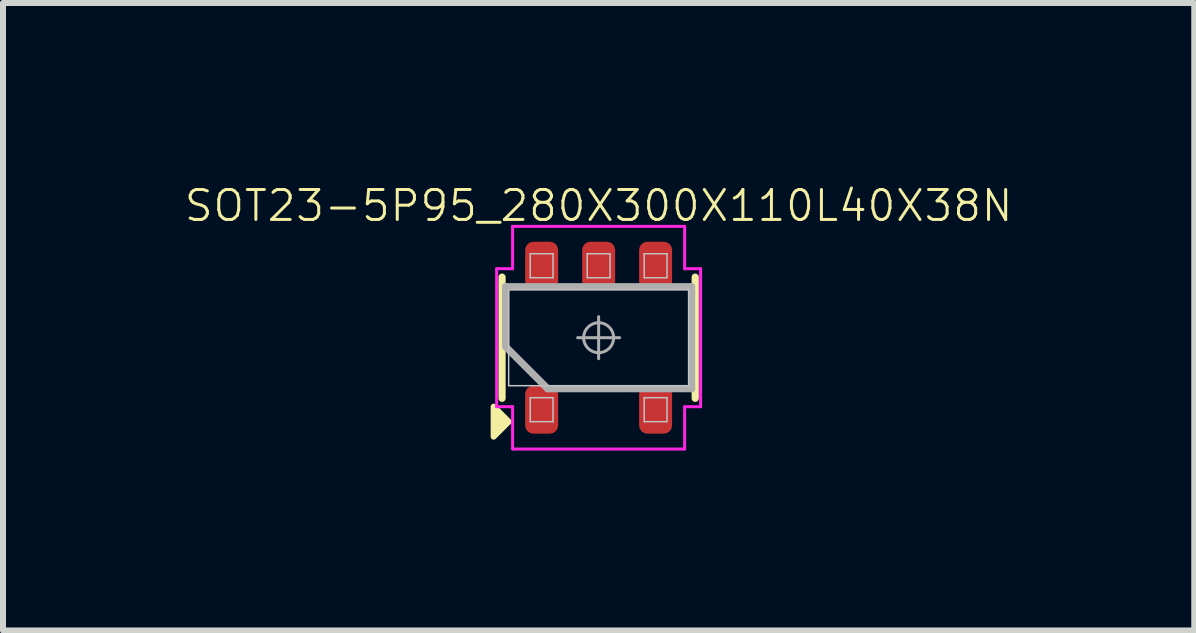
<source format=kicad_pcb>
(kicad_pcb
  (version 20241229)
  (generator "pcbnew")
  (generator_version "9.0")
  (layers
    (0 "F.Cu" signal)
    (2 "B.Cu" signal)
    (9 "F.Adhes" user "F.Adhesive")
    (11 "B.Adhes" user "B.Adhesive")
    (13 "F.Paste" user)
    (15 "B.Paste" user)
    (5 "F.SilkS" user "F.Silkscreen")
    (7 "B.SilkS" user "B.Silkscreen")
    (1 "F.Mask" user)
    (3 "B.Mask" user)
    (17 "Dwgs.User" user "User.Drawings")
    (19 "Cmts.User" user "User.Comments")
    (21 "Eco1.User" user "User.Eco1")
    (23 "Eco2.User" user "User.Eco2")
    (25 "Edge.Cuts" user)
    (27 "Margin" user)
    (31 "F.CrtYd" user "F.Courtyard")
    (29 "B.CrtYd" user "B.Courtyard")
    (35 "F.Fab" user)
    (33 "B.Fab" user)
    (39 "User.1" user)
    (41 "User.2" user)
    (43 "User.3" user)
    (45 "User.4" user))
  (footprint "SOT23-5P95_280X300X110L40X38N"
    (layer "F.Cu")
    (at 6.93 2.58)
    (property "Reference" "SOT23-5P95_280X300X110L40X38N" (at 0 -2.2 0) (layer "F.SilkS") (effects (font (size 0.5 0.5) (thickness 0.05))))
    (attr smd)
    (fp_line (start -1.61 1.01) (end -1.61 -1.01) (stroke (width 0.12) (type solid)) (layer "F.SilkS"))
    (fp_line (start 1.61 -1.01) (end 1.61 1.01) (stroke (width 0.12) (type solid)) (layer "F.SilkS"))
    (fp_poly (pts (xy -1.5 1.4) (xy -1.75 1.65) (xy -1.75 1.15)) (stroke (width 0.1) (type solid)) (fill yes) (layer "F.SilkS"))
    (fp_line (start -1.5 -0.8) (end 1.5 -0.8) (stroke (width 0.025) (type solid)) (layer "Dwgs.User"))
    (fp_line (start -1.5 0.8) (end -1.5 -0.8) (stroke (width 0.025) (type solid)) (layer "Dwgs.User"))
    (fp_line (start -1.14 -1.4) (end -0.76 -1.4) (stroke (width 0.025) (type solid)) (layer "Dwgs.User"))
    (fp_line (start -1.14 -1) (end -1.14 -1.4) (stroke (width 0.025) (type solid)) (layer "Dwgs.User"))
    (fp_line (start -1.14 1) (end -0.76 1) (stroke (width 0.025) (type solid)) (layer "Dwgs.User"))
    (fp_line (start -1.14 1.4) (end -1.14 1) (stroke (width 0.025) (type solid)) (layer "Dwgs.User"))
    (fp_line (start -0.76 -1.4) (end -0.76 -1) (stroke (width 0.025) (type solid)) (layer "Dwgs.User"))
    (fp_line (start -0.76 -1) (end -1.14 -1) (stroke (width 0.025) (type solid)) (layer "Dwgs.User"))
    (fp_line (start -0.76 1) (end -0.76 1.4) (stroke (width 0.025) (type solid)) (layer "Dwgs.User"))
    (fp_line (start -0.76 1.4) (end -1.14 1.4) (stroke (width 0.025) (type solid)) (layer "Dwgs.User"))
    (fp_line (start -0.19 -1.4) (end 0.19 -1.4) (stroke (width 0.025) (type solid)) (layer "Dwgs.User"))
    (fp_line (start -0.19 -1) (end -0.19 -1.4) (stroke (width 0.025) (type solid)) (layer "Dwgs.User"))
    (fp_line (start 0.19 -1.4) (end 0.19 -1) (stroke (width 0.025) (type solid)) (layer "Dwgs.User"))
    (fp_line (start 0.19 -1) (end -0.19 -1) (stroke (width 0.025) (type solid)) (layer "Dwgs.User"))
    (fp_line (start 0.76 -1.4) (end 1.14 -1.4) (stroke (width 0.025) (type solid)) (layer "Dwgs.User"))
    (fp_line (start 0.76 -1) (end 0.76 -1.4) (stroke (width 0.025) (type solid)) (layer "Dwgs.User"))
    (fp_line (start 0.76 1) (end 1.14 1) (stroke (width 0.025) (type solid)) (layer "Dwgs.User"))
    (fp_line (start 0.76 1.4) (end 0.76 1) (stroke (width 0.025) (type solid)) (layer "Dwgs.User"))
    (fp_line (start 1.14 -1.4) (end 1.14 -1) (stroke (width 0.025) (type solid)) (layer "Dwgs.User"))
    (fp_line (start 1.14 -1) (end 0.76 -1) (stroke (width 0.025) (type solid)) (layer "Dwgs.User"))
    (fp_line (start 1.14 1) (end 1.14 1.4) (stroke (width 0.025) (type solid)) (layer "Dwgs.User"))
    (fp_line (start 1.14 1.4) (end 0.76 1.4) (stroke (width 0.025) (type solid)) (layer "Dwgs.User"))
    (fp_line (start 1.5 -0.8) (end 1.5 0.8) (stroke (width 0.025) (type solid)) (layer "Dwgs.User"))
    (fp_line (start 1.5 0.8) (end -1.5 0.8) (stroke (width 0.025) (type solid)) (layer "Dwgs.User"))
    (fp_line (start -1.7 -1.15) (end -1.7 1.15) (stroke (width 0.05) (type solid)) (layer "F.CrtYd"))
    (fp_line (start -1.7 1.15) (end -1.434 1.15) (stroke (width 0.05) (type solid)) (layer "F.CrtYd"))
    (fp_line (start -1.434 -1.856) (end -1.434 -1.15) (stroke (width 0.05) (type solid)) (layer "F.CrtYd"))
    (fp_line (start -1.434 -1.15) (end -1.7 -1.15) (stroke (width 0.05) (type solid)) (layer "F.CrtYd"))
    (fp_line (start -1.434 1.15) (end -1.434 1.856) (stroke (width 0.05) (type solid)) (layer "F.CrtYd"))
    (fp_line (start -1.434 1.856) (end 1.434 1.856) (stroke (width 0.05) (type solid)) (layer "F.CrtYd"))
    (fp_line (start 1.434 -1.856) (end -1.434 -1.856) (stroke (width 0.05) (type solid)) (layer "F.CrtYd"))
    (fp_line (start 1.434 -1.15) (end 1.434 -1.856) (stroke (width 0.05) (type solid)) (layer "F.CrtYd"))
    (fp_line (start 1.434 1.15) (end 1.7 1.15) (stroke (width 0.05) (type solid)) (layer "F.CrtYd"))
    (fp_line (start 1.434 1.856) (end 1.434 1.15) (stroke (width 0.05) (type solid)) (layer "F.CrtYd"))
    (fp_line (start 1.7 -1.15) (end 1.434 -1.15) (stroke (width 0.05) (type solid)) (layer "F.CrtYd"))
    (fp_line (start 1.7 1.15) (end 1.7 -1.15) (stroke (width 0.05) (type solid)) (layer "F.CrtYd"))
    (fp_line (start -1.55 -0.85) (end 1.55 -0.85) (stroke (width 0.12) (type solid)) (layer "F.Fab"))
    (fp_line (start -1.55 0.15) (end -1.55 -0.85) (stroke (width 0.12) (type solid)) (layer "F.Fab"))
    (fp_line (start -0.85 0.85) (end -1.55 0.15) (stroke (width 0.12) (type solid)) (layer "F.Fab"))
    (fp_line (start -0.35 0) (end 0.35 0) (stroke (width 0.05) (type solid)) (layer "F.Fab"))
    (fp_line (start 0 -0.35) (end 0 0.35) (stroke (width 0.05) (type solid)) (layer "F.Fab"))
    (fp_line (start 1.55 -0.85) (end 1.55 0.85) (stroke (width 0.12) (type solid)) (layer "F.Fab"))
    (fp_line (start 1.55 0.85) (end -0.85 0.85) (stroke (width 0.12) (type solid)) (layer "F.Fab"))
    (fp_circle (center 0 0) (end 0.25 0) (stroke (width 0.05) (type solid)) (fill no) (layer "F.Fab"))
    (pad "1" smd roundrect (at -0.95 1.2 90) (size 0.8 0.55) (layers "F.Cu" "F.Mask" "F.Paste") (roundrect_rratio 0.25))
    (pad "2" smd roundrect (at 0.95 1.2 90) (size 0.8 0.55) (layers "F.Cu" "F.Mask" "F.Paste") (roundrect_rratio 0.25))
    (pad "3" smd roundrect (at 0.95 -1.2 90) (size 0.8 0.55) (layers "F.Cu" "F.Mask" "F.Paste") (roundrect_rratio 0.25))
    (pad "4" smd roundrect (at 0 -1.2 90) (size 0.8 0.55) (layers "F.Cu" "F.Mask" "F.Paste") (roundrect_rratio 0.25))
    (pad "5" smd roundrect (at -0.95 -1.2 90) (size 0.8 0.55) (layers "F.Cu" "F.Mask" "F.Paste") (roundrect_rratio 0.25)))
  (gr_rect
    (start -3 -3)
    (end 16.86 7.461)
    (stroke (width 0.1) (type default))
    (fill no)
    (layer "Edge.Cuts")))
</source>
